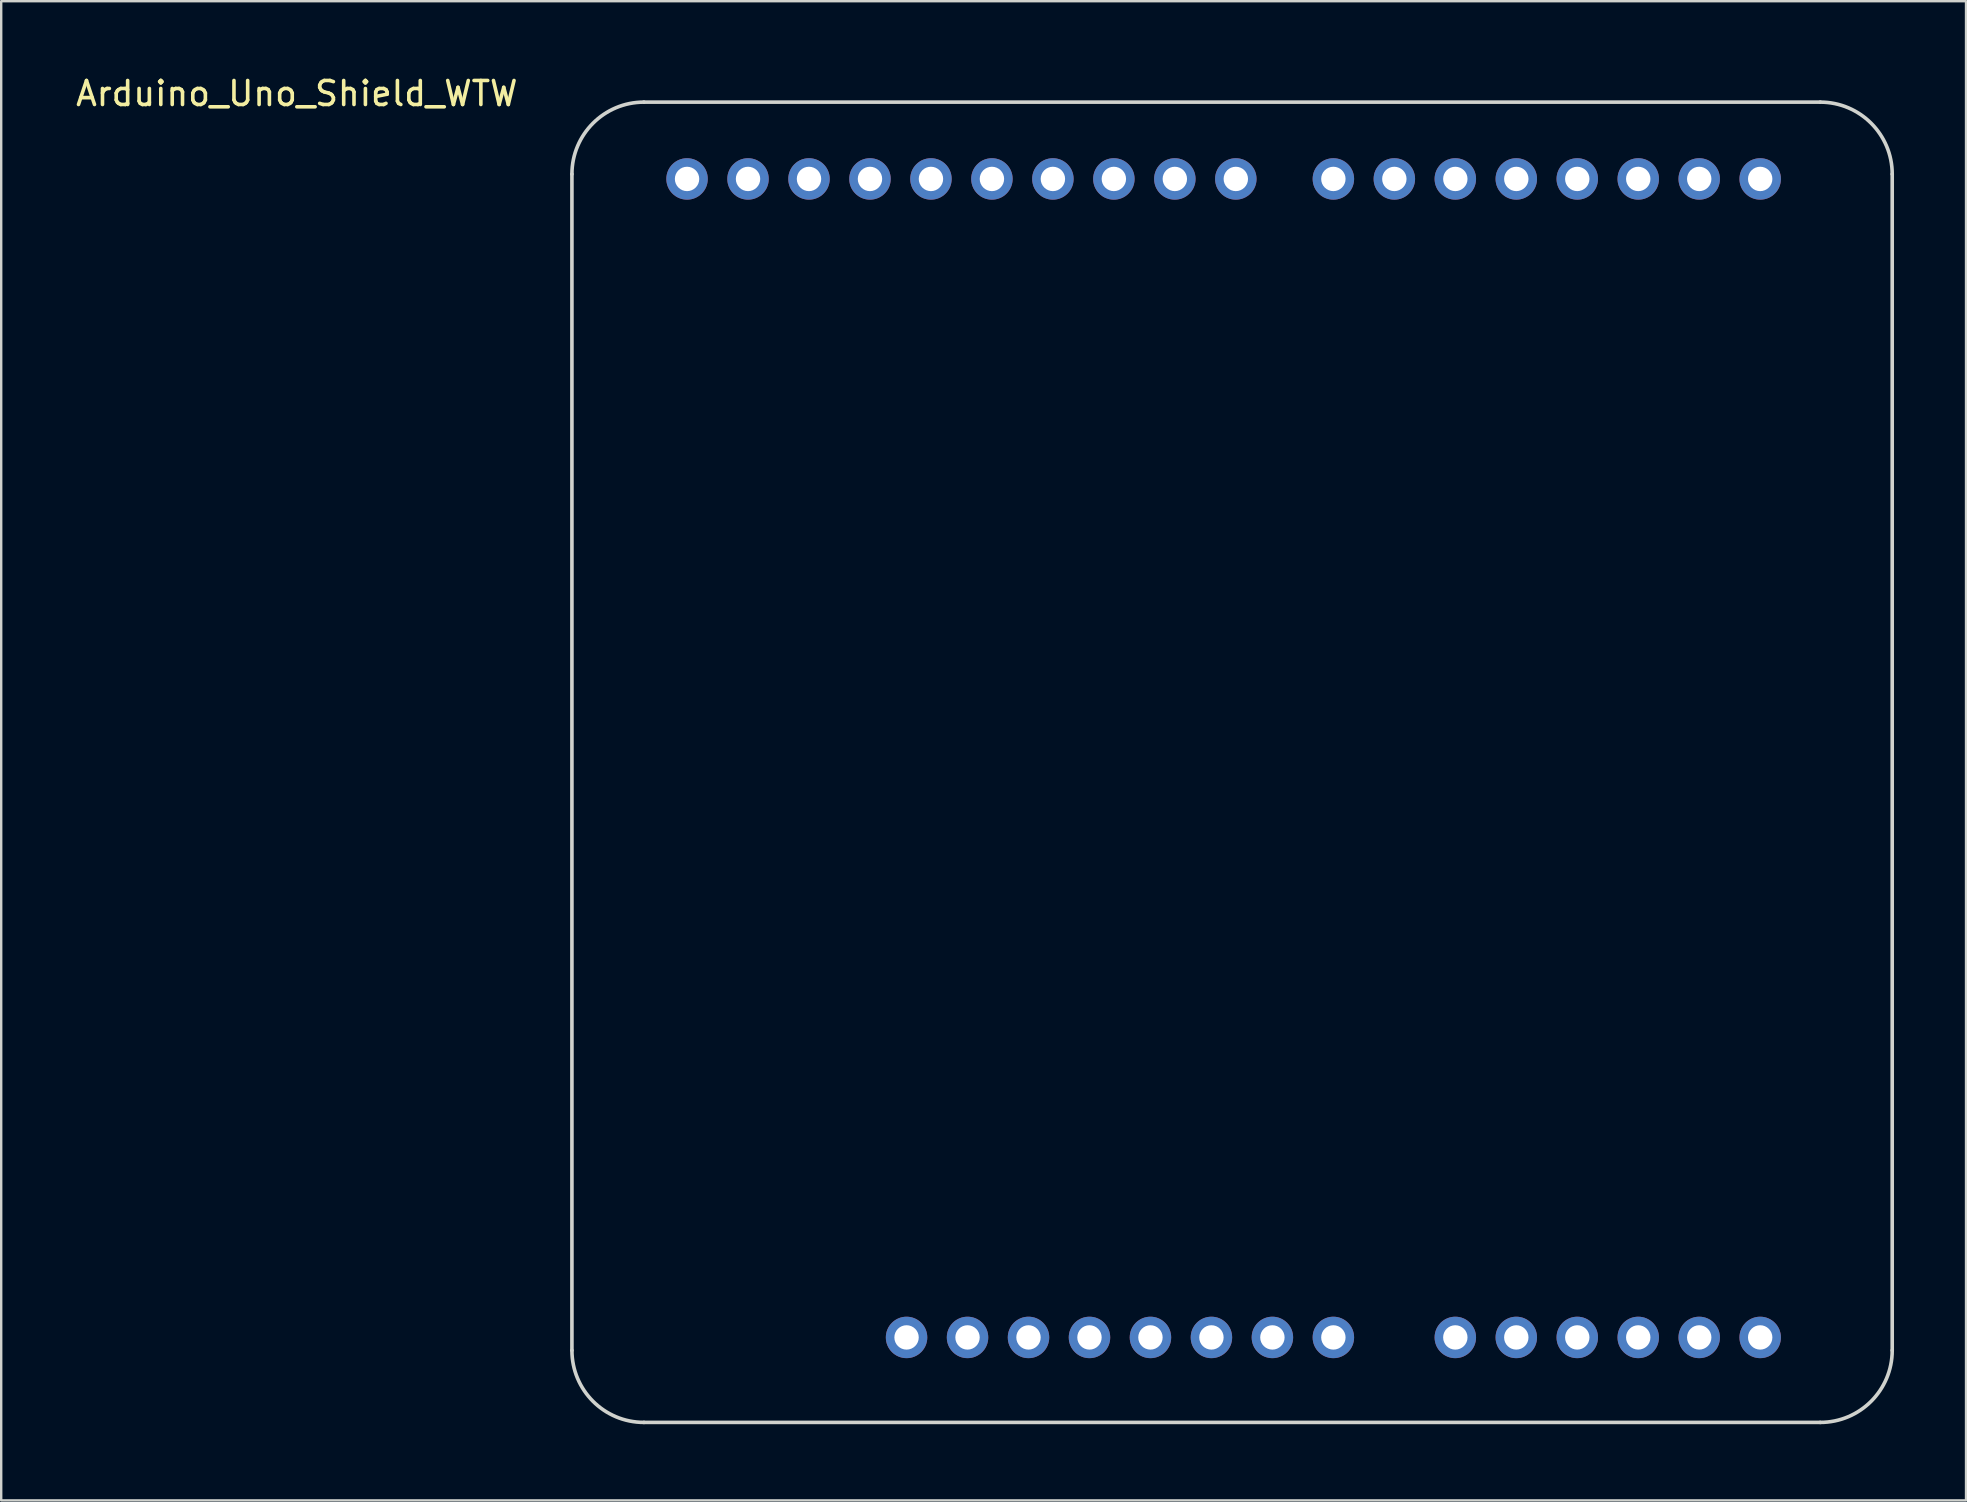
<source format=kicad_pcb>
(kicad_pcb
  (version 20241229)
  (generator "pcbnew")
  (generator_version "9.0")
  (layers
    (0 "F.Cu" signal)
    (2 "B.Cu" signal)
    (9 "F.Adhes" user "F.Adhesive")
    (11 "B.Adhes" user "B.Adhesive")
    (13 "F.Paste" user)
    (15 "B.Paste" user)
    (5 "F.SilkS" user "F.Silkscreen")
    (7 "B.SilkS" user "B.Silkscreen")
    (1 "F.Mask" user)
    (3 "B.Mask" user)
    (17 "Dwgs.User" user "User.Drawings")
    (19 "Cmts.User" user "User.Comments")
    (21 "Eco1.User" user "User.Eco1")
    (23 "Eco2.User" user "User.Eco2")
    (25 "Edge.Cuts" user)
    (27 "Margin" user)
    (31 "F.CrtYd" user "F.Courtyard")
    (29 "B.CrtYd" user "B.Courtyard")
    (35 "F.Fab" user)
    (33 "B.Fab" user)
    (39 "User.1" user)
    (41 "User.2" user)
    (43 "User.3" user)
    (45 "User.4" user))
  (footprint "Arduino_Uno_Shield_WTW"
    (layer "F.Cu")
    (at 20.775 56.204)
    (property "Reference" "Arduino_Uno_Shield_WTW" (at -11.46 -55.356 0) (layer "F.SilkS") (effects (font (size 1 1) (thickness 0.15))))
    (attr through_hole)
    (fp_line (start 0 -52) (end 0 -3) (stroke (width 0.15) (type solid)) (layer "Edge.Cuts"))
    (fp_line (start 3 -55) (end 52 -55) (stroke (width 0.15) (type solid)) (layer "Edge.Cuts"))
    (fp_line (start 3 0) (end 52 0) (stroke (width 0.15) (type solid)) (layer "Edge.Cuts"))
    (fp_line (start 55 -3) (end 55 -52) (stroke (width 0.15) (type solid)) (layer "Edge.Cuts"))
    (fp_arc (start 0 -52) (mid 0.87868 -54.12132) (end 3 -55) (stroke (width 0.15) (type solid)) (layer "Edge.Cuts"))
    (fp_arc (start 3 0) (mid 0.87868 -0.87868) (end 0 -3) (stroke (width 0.15) (type solid)) (layer "Edge.Cuts"))
    (fp_arc (start 52 -55) (mid 54.12132 -54.12132) (end 55 -52) (stroke (width 0.15) (type solid)) (layer "Edge.Cuts"))
    (fp_arc (start 55 -3) (mid 54.12132 -0.87868) (end 52 0) (stroke (width 0.15) (type solid)) (layer "Edge.Cuts"))
    (pad "" thru_hole oval (at 13.94 -3.54) (size 1.727 1.727) (drill 1.016) (layers "*.Cu" "*.Mask"))
    (pad "3V3" thru_hole oval (at 21.56 -3.54) (size 1.727 1.727) (drill 1.016) (layers "*.Cu" "*.Mask"))
    (pad "5V1" thru_hole oval (at 24.1 -3.54) (size 1.727 1.727) (drill 1.016) (layers "*.Cu" "*.Mask"))
    (pad "A0" thru_hole oval (at 36.8 -3.54) (size 1.727 1.727) (drill 1.016) (layers "*.Cu" "*.Mask"))
    (pad "A1" thru_hole oval (at 39.34 -3.54) (size 1.727 1.727) (drill 1.016) (layers "*.Cu" "*.Mask"))
    (pad "A2" thru_hole oval (at 41.88 -3.54) (size 1.727 1.727) (drill 1.016) (layers "*.Cu" "*.Mask"))
    (pad "A3" thru_hole oval (at 44.42 -3.54) (size 1.727 1.727) (drill 1.016) (layers "*.Cu" "*.Mask"))
    (pad "A4" thru_hole oval (at 46.96 -3.54) (size 1.727 1.727) (drill 1.016) (layers "*.Cu" "*.Mask"))
    (pad "A5" thru_hole oval (at 49.5 -3.54) (size 1.727 1.727) (drill 1.016) (layers "*.Cu" "*.Mask"))
    (pad "AREF" thru_hole oval (at 9.876 -51.8) (size 1.727 1.727) (drill 1.016) (layers "*.Cu" "*.Mask"))
    (pad "D0" thru_hole oval (at 49.5 -51.8) (size 1.727 1.727) (drill 1.016) (layers "*.Cu" "*.Mask"))
    (pad "D1" thru_hole oval (at 46.96 -51.8) (size 1.727 1.727) (drill 1.016) (layers "*.Cu" "*.Mask"))
    (pad "D2" thru_hole oval (at 44.42 -51.8) (size 1.727 1.727) (drill 1.016) (layers "*.Cu" "*.Mask"))
    (pad "D3" thru_hole oval (at 41.88 -51.8) (size 1.727 1.727) (drill 1.016) (layers "*.Cu" "*.Mask"))
    (pad "D4" thru_hole oval (at 39.34 -51.8) (size 1.727 1.727) (drill 1.016) (layers "*.Cu" "*.Mask"))
    (pad "D5" thru_hole oval (at 36.8 -51.8) (size 1.727 1.727) (drill 1.016) (layers "*.Cu" "*.Mask"))
    (pad "D6" thru_hole oval (at 34.26 -51.8) (size 1.727 1.727) (drill 1.016) (layers "*.Cu" "*.Mask"))
    (pad "D7" thru_hole oval (at 31.72 -51.8) (size 1.727 1.727) (drill 1.016) (layers "*.Cu" "*.Mask"))
    (pad "D8" thru_hole oval (at 27.656 -51.8) (size 1.727 1.727) (drill 1.016) (layers "*.Cu" "*.Mask"))
    (pad "D9" thru_hole oval (at 25.116 -51.8) (size 1.727 1.727) (drill 1.016) (layers "*.Cu" "*.Mask"))
    (pad "D10" thru_hole oval (at 22.576 -51.8) (size 1.727 1.727) (drill 1.016) (layers "*.Cu" "*.Mask"))
    (pad "D11" thru_hole oval (at 20.036 -51.8) (size 1.727 1.727) (drill 1.016) (layers "*.Cu" "*.Mask"))
    (pad "D12" thru_hole oval (at 17.496 -51.8) (size 1.727 1.727) (drill 1.016) (layers "*.Cu" "*.Mask"))
    (pad "D13" thru_hole oval (at 14.956 -51.8) (size 1.727 1.727) (drill 1.016) (layers "*.Cu" "*.Mask"))
    (pad "GND1" thru_hole oval (at 12.416 -51.8) (size 1.727 1.727) (drill 1.016) (layers "*.Cu" "*.Mask"))
    (pad "GND2" thru_hole oval (at 26.64 -3.54) (size 1.727 1.727) (drill 1.016) (layers "*.Cu" "*.Mask"))
    (pad "GND3" thru_hole oval (at 29.18 -3.54) (size 1.727 1.727) (drill 1.016) (layers "*.Cu" "*.Mask"))
    (pad "IORF" thru_hole oval (at 16.48 -3.54) (size 1.727 1.727) (drill 1.016) (layers "*.Cu" "*.Mask"))
    (pad "RST1" thru_hole oval (at 19.02 -3.54) (size 1.727 1.727) (drill 1.016) (layers "*.Cu" "*.Mask"))
    (pad "SCL" thru_hole oval (at 4.796 -51.8) (size 1.727 1.727) (drill 1.016) (layers "*.Cu" "*.Mask"))
    (pad "SDA" thru_hole oval (at 7.336 -51.8) (size 1.727 1.727) (drill 1.016) (layers "*.Cu" "*.Mask"))
    (pad "VIN" thru_hole oval (at 31.72 -3.54) (size 1.727 1.727) (drill 1.016) (layers "*.Cu" "*.Mask")))
  (gr_rect
    (start -3 -3)
    (end 78.85 59.454)
    (stroke (width 0.1) (type default))
    (fill no)
    (layer "Edge.Cuts")))
</source>
